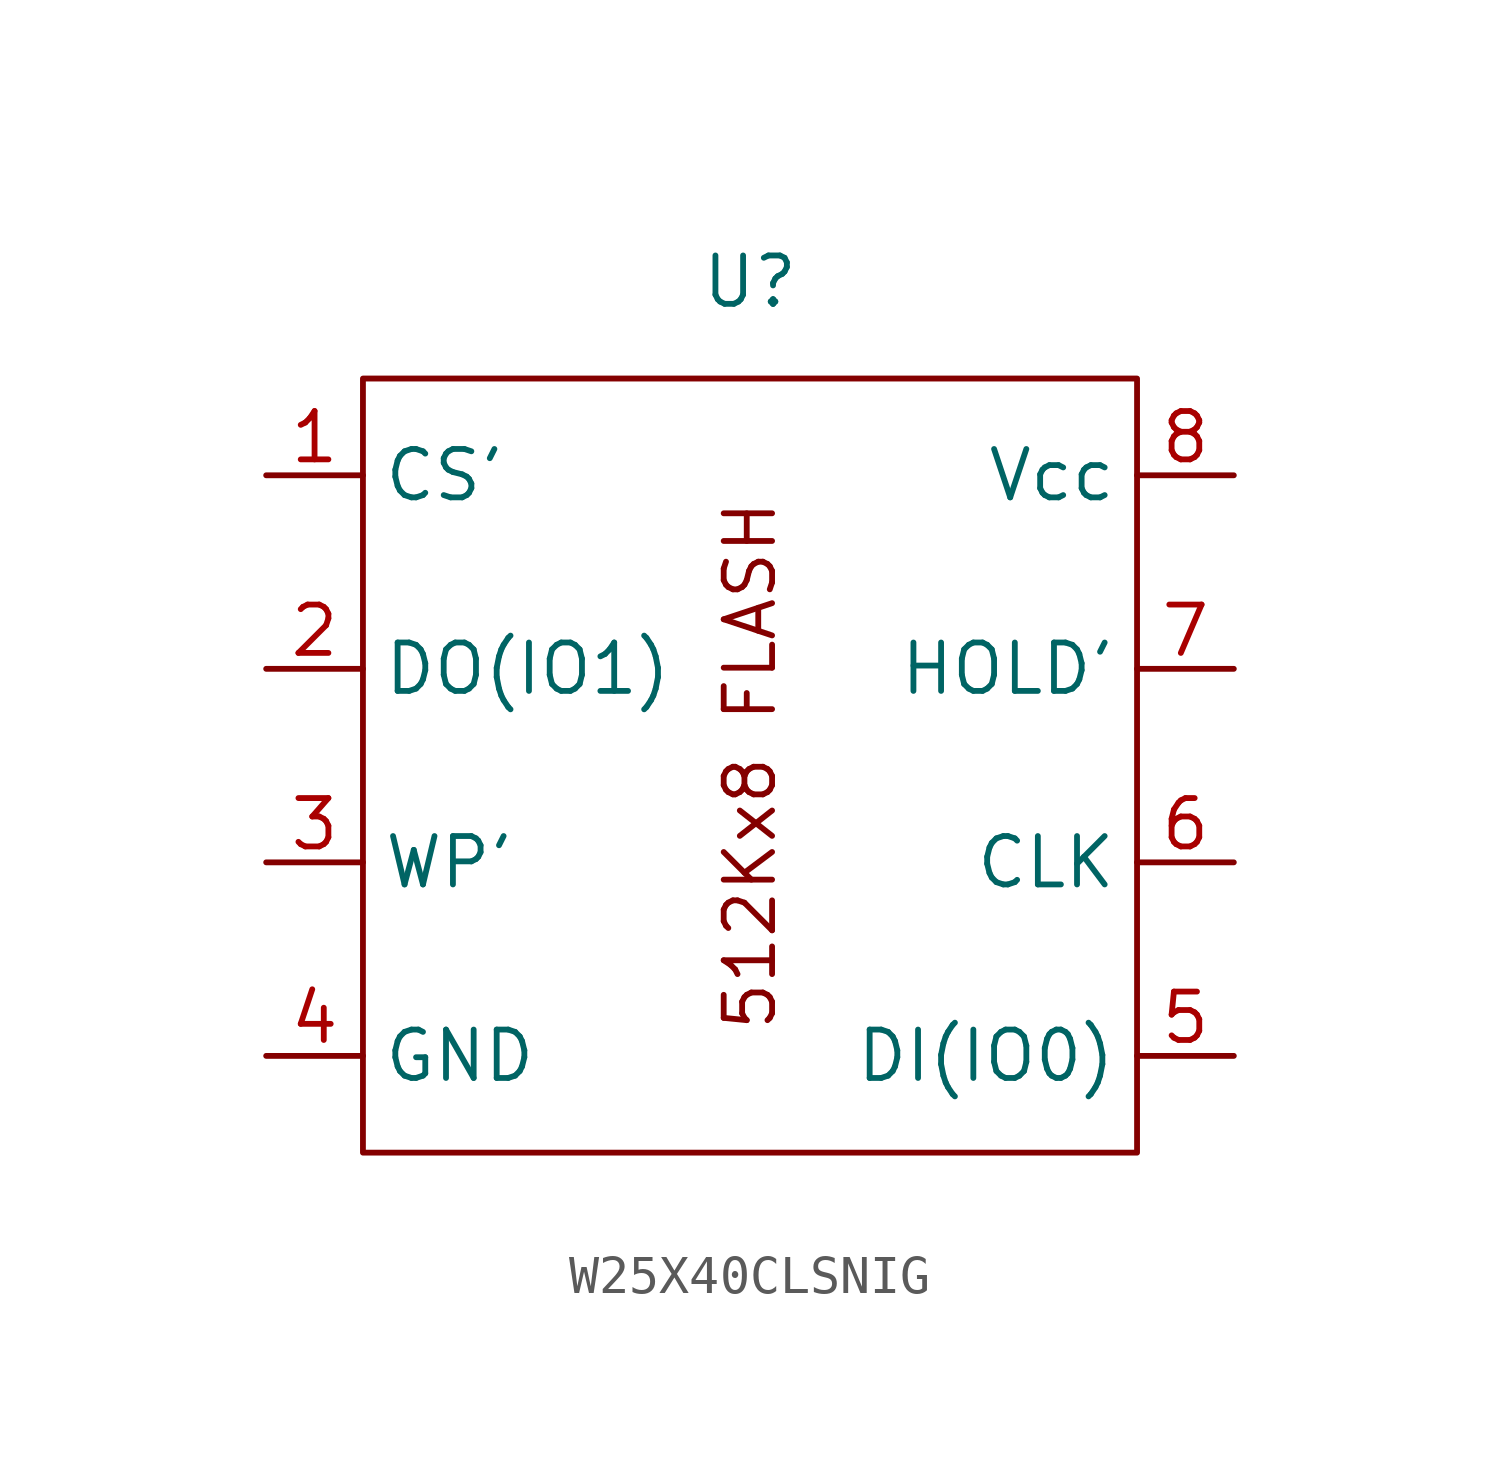
<source format=kicad_sym>
(kicad_symbol_lib
  (version 20220914)
  (generator kicad_symbol_editor)
  (symbol "W25X40CLSNIG"
    (property "Reference" "U"
      (at 0 12.7 0)
      (effects (font (size 1.27 1.27))))
    (property "Value" ""
      (at 0 0 0)
      (effects (font (size 1.27 1.27))))
    (symbol "W25X40CLSNIG_1_1"
      (text_box "512Kx8 FLASH" (at -10.16 10.16 90) (size 20.32 -20.32) (stroke (width 0) (type default)) (fill (type none)) (effects (font (size 1.27 1.27))))
      (pin input line (at -12.7 7.62 0) (length 2.54) (name "CS'" (effects (font (size 1.27 1.27)))) (number "1" (effects (font (size 1.27 1.27)))))
      (pin input line (at -12.7 2.54 0) (length 2.54) (name "DO(IO1)" (effects (font (size 1.27 1.27)))) (number "2" (effects (font (size 1.27 1.27)))))
      (pin input line (at -12.7 -2.54 0) (length 2.54) (name "WP'" (effects (font (size 1.27 1.27)))) (number "3" (effects (font (size 1.27 1.27)))))
      (pin input line (at -12.7 -7.62 0) (length 2.54) (name "GND" (effects (font (size 1.27 1.27)))) (number "4" (effects (font (size 1.27 1.27)))))
      (pin input line (at 12.7 -7.62 180) (length 2.54) (name "DI(IO0)" (effects (font (size 1.27 1.27)))) (number "5" (effects (font (size 1.27 1.27)))))
      (pin input line (at 12.7 -2.54 180) (length 2.54) (name "CLK" (effects (font (size 1.27 1.27)))) (number "6" (effects (font (size 1.27 1.27)))))
      (pin input line (at 12.7 2.54 180) (length 2.54) (name "HOLD'" (effects (font (size 1.27 1.27)))) (number "7" (effects (font (size 1.27 1.27)))))
      (pin input line (at 12.7 7.62 180) (length 2.54) (name "Vcc" (effects (font (size 1.27 1.27)))) (number "8" (effects (font (size 1.27 1.27))))))))
</source>
